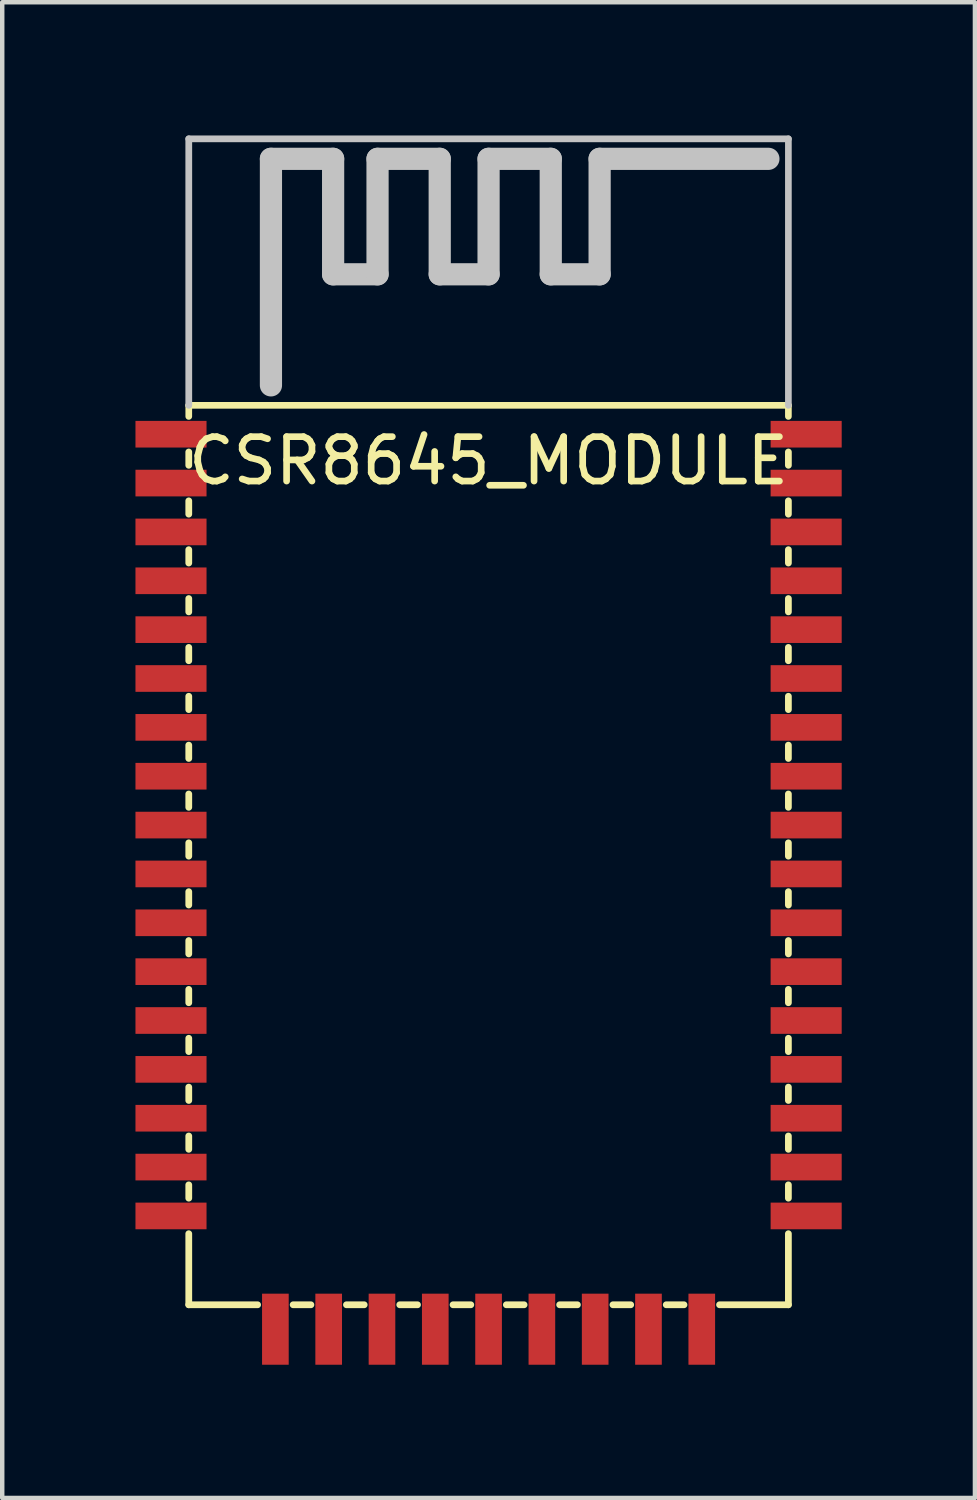
<source format=kicad_pcb>
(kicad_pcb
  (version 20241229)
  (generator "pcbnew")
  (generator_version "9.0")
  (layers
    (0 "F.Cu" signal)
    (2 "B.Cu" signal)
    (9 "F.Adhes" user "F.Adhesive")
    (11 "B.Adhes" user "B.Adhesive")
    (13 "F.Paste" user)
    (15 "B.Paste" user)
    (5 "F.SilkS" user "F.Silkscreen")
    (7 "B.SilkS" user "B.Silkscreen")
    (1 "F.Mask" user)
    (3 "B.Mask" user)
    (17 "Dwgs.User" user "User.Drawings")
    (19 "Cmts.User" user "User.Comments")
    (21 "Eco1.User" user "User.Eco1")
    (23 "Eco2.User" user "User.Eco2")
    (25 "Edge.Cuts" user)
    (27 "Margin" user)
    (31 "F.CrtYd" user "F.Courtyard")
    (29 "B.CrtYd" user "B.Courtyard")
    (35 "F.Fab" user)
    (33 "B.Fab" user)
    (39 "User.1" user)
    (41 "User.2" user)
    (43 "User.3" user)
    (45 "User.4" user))
  (footprint "CSR8645_MODULE"
    (layer "F.Cu")
    (at 7.95 26.326)
    (property "Reference" "CSR8645_MODULE" (at 0 -19 0) (layer "F.SilkS") (effects (font (size 1 1) (thickness 0.15))))
    (attr through_hole)
    (fp_line (start -6.75 -20.25) (end 6.75 -20.25) (stroke (width 0.15) (type solid)) (layer "F.SilkS"))
    (fp_line (start -6.75 -20) (end -6.75 -20.25) (stroke (width 0.15) (type solid)) (layer "F.SilkS"))
    (fp_line (start -6.75 -19.2) (end -6.75 -18.9) (stroke (width 0.152) (type solid)) (layer "F.SilkS"))
    (fp_line (start -6.75 -18.1) (end -6.75 -17.8) (stroke (width 0.152) (type solid)) (layer "F.SilkS"))
    (fp_line (start -6.75 -17) (end -6.75 -16.7) (stroke (width 0.152) (type solid)) (layer "F.SilkS"))
    (fp_line (start -6.75 -15.9) (end -6.75 -15.6) (stroke (width 0.152) (type solid)) (layer "F.SilkS"))
    (fp_line (start -6.75 -14.8) (end -6.75 -14.5) (stroke (width 0.152) (type solid)) (layer "F.SilkS"))
    (fp_line (start -6.75 -13.7) (end -6.75 -13.4) (stroke (width 0.152) (type solid)) (layer "F.SilkS"))
    (fp_line (start -6.75 -12.6) (end -6.75 -12.3) (stroke (width 0.152) (type solid)) (layer "F.SilkS"))
    (fp_line (start -6.75 -11.5) (end -6.75 -11.2) (stroke (width 0.152) (type solid)) (layer "F.SilkS"))
    (fp_line (start -6.75 -10.4) (end -6.75 -10.1) (stroke (width 0.152) (type solid)) (layer "F.SilkS"))
    (fp_line (start -6.75 -9.3) (end -6.75 -9) (stroke (width 0.152) (type solid)) (layer "F.SilkS"))
    (fp_line (start -6.75 -8.2) (end -6.75 -7.9) (stroke (width 0.152) (type solid)) (layer "F.SilkS"))
    (fp_line (start -6.75 -7.1) (end -6.75 -6.8) (stroke (width 0.152) (type solid)) (layer "F.SilkS"))
    (fp_line (start -6.75 -6) (end -6.75 -5.7) (stroke (width 0.152) (type solid)) (layer "F.SilkS"))
    (fp_line (start -6.75 -4.9) (end -6.75 -4.6) (stroke (width 0.152) (type solid)) (layer "F.SilkS"))
    (fp_line (start -6.75 -3.8) (end -6.75 -3.5) (stroke (width 0.152) (type solid)) (layer "F.SilkS"))
    (fp_line (start -6.75 -2.7) (end -6.75 -2.4) (stroke (width 0.152) (type solid)) (layer "F.SilkS"))
    (fp_line (start -6.75 -1.6) (end -6.75 0) (stroke (width 0.152) (type solid)) (layer "F.SilkS"))
    (fp_line (start -6.75 0) (end -5.2 0) (stroke (width 0.152) (type solid)) (layer "F.SilkS"))
    (fp_line (start -4.4 0) (end -4 0) (stroke (width 0.152) (type solid)) (layer "F.SilkS"))
    (fp_line (start -3.2 0) (end -2.8 0) (stroke (width 0.152) (type solid)) (layer "F.SilkS"))
    (fp_line (start -2 0) (end -1.6 0) (stroke (width 0.152) (type solid)) (layer "F.SilkS"))
    (fp_line (start -0.8 0) (end -0.4 0) (stroke (width 0.152) (type solid)) (layer "F.SilkS"))
    (fp_line (start 0.4 0) (end 0.8 0) (stroke (width 0.152) (type solid)) (layer "F.SilkS"))
    (fp_line (start 1.6 0) (end 2 0) (stroke (width 0.152) (type solid)) (layer "F.SilkS"))
    (fp_line (start 2.8 0) (end 3.2 0) (stroke (width 0.152) (type solid)) (layer "F.SilkS"))
    (fp_line (start 4 0) (end 4.4 0) (stroke (width 0.152) (type solid)) (layer "F.SilkS"))
    (fp_line (start 5.2 0) (end 6.75 0) (stroke (width 0.152) (type solid)) (layer "F.SilkS"))
    (fp_line (start 6.75 -20.25) (end 6.75 -20) (stroke (width 0.15) (type solid)) (layer "F.SilkS"))
    (fp_line (start 6.75 -19.2) (end 6.75 -18.9) (stroke (width 0.152) (type solid)) (layer "F.SilkS"))
    (fp_line (start 6.75 -18.1) (end 6.75 -17.8) (stroke (width 0.152) (type solid)) (layer "F.SilkS"))
    (fp_line (start 6.75 -17) (end 6.75 -16.7) (stroke (width 0.152) (type solid)) (layer "F.SilkS"))
    (fp_line (start 6.75 -15.9) (end 6.75 -15.6) (stroke (width 0.152) (type solid)) (layer "F.SilkS"))
    (fp_line (start 6.75 -14.8) (end 6.75 -14.5) (stroke (width 0.152) (type solid)) (layer "F.SilkS"))
    (fp_line (start 6.75 -13.7) (end 6.75 -13.4) (stroke (width 0.152) (type solid)) (layer "F.SilkS"))
    (fp_line (start 6.75 -12.6) (end 6.75 -12.3) (stroke (width 0.152) (type solid)) (layer "F.SilkS"))
    (fp_line (start 6.75 -11.5) (end 6.75 -11.2) (stroke (width 0.152) (type solid)) (layer "F.SilkS"))
    (fp_line (start 6.75 -10.4) (end 6.75 -10.1) (stroke (width 0.152) (type solid)) (layer "F.SilkS"))
    (fp_line (start 6.75 -9.3) (end 6.75 -9) (stroke (width 0.152) (type solid)) (layer "F.SilkS"))
    (fp_line (start 6.75 -8.2) (end 6.75 -7.9) (stroke (width 0.152) (type solid)) (layer "F.SilkS"))
    (fp_line (start 6.75 -7.1) (end 6.75 -6.8) (stroke (width 0.152) (type solid)) (layer "F.SilkS"))
    (fp_line (start 6.75 -6) (end 6.75 -5.7) (stroke (width 0.152) (type solid)) (layer "F.SilkS"))
    (fp_line (start 6.75 -4.9) (end 6.75 -4.6) (stroke (width 0.152) (type solid)) (layer "F.SilkS"))
    (fp_line (start 6.75 -3.8) (end 6.75 -3.5) (stroke (width 0.152) (type solid)) (layer "F.SilkS"))
    (fp_line (start 6.75 -2.7) (end 6.75 -2.4) (stroke (width 0.152) (type solid)) (layer "F.SilkS"))
    (fp_line (start 6.75 0) (end 6.75 -1.6) (stroke (width 0.152) (type solid)) (layer "F.SilkS"))
    (fp_line (start -6.75 -26.25) (end 6.75 -26.25) (stroke (width 0.152) (type solid)) (layer "Dwgs.User"))
    (fp_line (start -6.75 -20.25) (end -6.75 -26.25) (stroke (width 0.152) (type solid)) (layer "Dwgs.User"))
    (fp_line (start -4.9 -25.8) (end -3.5 -25.8) (stroke (width 0.5) (type solid)) (layer "Dwgs.User"))
    (fp_line (start -4.9 -20.7) (end -4.9 -25.8) (stroke (width 0.5) (type solid)) (layer "Dwgs.User"))
    (fp_line (start -3.5 -25.8) (end -3.5 -23.2) (stroke (width 0.5) (type solid)) (layer "Dwgs.User"))
    (fp_line (start -3.5 -23.2) (end -2.5 -23.2) (stroke (width 0.5) (type solid)) (layer "Dwgs.User"))
    (fp_line (start -2.5 -25.8) (end -1.1 -25.8) (stroke (width 0.5) (type solid)) (layer "Dwgs.User"))
    (fp_line (start -2.5 -23.2) (end -2.5 -25.8) (stroke (width 0.5) (type solid)) (layer "Dwgs.User"))
    (fp_line (start -1.1 -25.8) (end -1.1 -23.2) (stroke (width 0.5) (type solid)) (layer "Dwgs.User"))
    (fp_line (start -1.1 -23.2) (end 0 -23.2) (stroke (width 0.5) (type solid)) (layer "Dwgs.User"))
    (fp_line (start 0 -25.8) (end 1.4 -25.8) (stroke (width 0.5) (type solid)) (layer "Dwgs.User"))
    (fp_line (start 0 -23.2) (end 0 -25.8) (stroke (width 0.5) (type solid)) (layer "Dwgs.User"))
    (fp_line (start 1.4 -25.8) (end 1.4 -23.2) (stroke (width 0.5) (type solid)) (layer "Dwgs.User"))
    (fp_line (start 1.4 -23.2) (end 2.5 -23.2) (stroke (width 0.5) (type solid)) (layer "Dwgs.User"))
    (fp_line (start 2.5 -25.8) (end 6.3 -25.8) (stroke (width 0.5) (type solid)) (layer "Dwgs.User"))
    (fp_line (start 2.5 -23.2) (end 2.5 -25.8) (stroke (width 0.5) (type solid)) (layer "Dwgs.User"))
    (fp_line (start 6.75 -26.25) (end 6.75 -20.25) (stroke (width 0.15) (type solid)) (layer "Dwgs.User"))
    (pad "1" smd rect (at -7.15 -19.6) (size 1.6 0.6) (layers "F.Cu" "F.Mask" "F.Paste"))
    (pad "2" smd rect (at -7.15 -18.5) (size 1.6 0.6) (layers "F.Cu" "F.Mask" "F.Paste"))
    (pad "3" smd rect (at -7.15 -17.4) (size 1.6 0.6) (layers "F.Cu" "F.Mask" "F.Paste"))
    (pad "4" smd rect (at -7.15 -16.3) (size 1.6 0.6) (layers "F.Cu" "F.Mask" "F.Paste"))
    (pad "5" smd rect (at -7.15 -15.2) (size 1.6 0.6) (layers "F.Cu" "F.Mask" "F.Paste"))
    (pad "6" smd rect (at -7.15 -14.1) (size 1.6 0.6) (layers "F.Cu" "F.Mask" "F.Paste"))
    (pad "7" smd rect (at -7.15 -13) (size 1.6 0.6) (layers "F.Cu" "F.Mask" "F.Paste"))
    (pad "8" smd rect (at -7.15 -11.9) (size 1.6 0.6) (layers "F.Cu" "F.Mask" "F.Paste"))
    (pad "9" smd rect (at -7.15 -10.8) (size 1.6 0.6) (layers "F.Cu" "F.Mask" "F.Paste"))
    (pad "10" smd rect (at -7.15 -9.7) (size 1.6 0.6) (layers "F.Cu" "F.Mask" "F.Paste"))
    (pad "11" smd rect (at -7.15 -8.6) (size 1.6 0.6) (layers "F.Cu" "F.Mask" "F.Paste"))
    (pad "12" smd rect (at -7.15 -7.5) (size 1.6 0.6) (layers "F.Cu" "F.Mask" "F.Paste"))
    (pad "13" smd rect (at -7.15 -6.4) (size 1.6 0.6) (layers "F.Cu" "F.Mask" "F.Paste"))
    (pad "14" smd rect (at -7.15 -5.3) (size 1.6 0.6) (layers "F.Cu" "F.Mask" "F.Paste"))
    (pad "15" smd rect (at -7.15 -4.2) (size 1.6 0.6) (layers "F.Cu" "F.Mask" "F.Paste"))
    (pad "16" smd rect (at -7.15 -3.1) (size 1.6 0.6) (layers "F.Cu" "F.Mask" "F.Paste"))
    (pad "17" smd rect (at -7.15 -2) (size 1.6 0.6) (layers "F.Cu" "F.Mask" "F.Paste"))
    (pad "18" smd rect (at -4.8 0.55 90) (size 1.6 0.6) (layers "F.Cu" "F.Mask" "F.Paste"))
    (pad "19" smd rect (at -3.6 0.55 90) (size 1.6 0.6) (layers "F.Cu" "F.Mask" "F.Paste"))
    (pad "20" smd rect (at -2.4 0.55 90) (size 1.6 0.6) (layers "F.Cu" "F.Mask" "F.Paste"))
    (pad "21" smd rect (at -1.2 0.55 90) (size 1.6 0.6) (layers "F.Cu" "F.Mask" "F.Paste"))
    (pad "22" smd rect (at 0 0.55 90) (size 1.6 0.6) (layers "F.Cu" "F.Mask" "F.Paste"))
    (pad "23" smd rect (at 1.2 0.55 90) (size 1.6 0.6) (layers "F.Cu" "F.Mask" "F.Paste"))
    (pad "24" smd rect (at 2.4 0.55 90) (size 1.6 0.6) (layers "F.Cu" "F.Mask" "F.Paste"))
    (pad "25" smd rect (at 3.6 0.55 90) (size 1.6 0.6) (layers "F.Cu" "F.Mask" "F.Paste"))
    (pad "26" smd rect (at 4.8 0.55 90) (size 1.6 0.6) (layers "F.Cu" "F.Mask" "F.Paste"))
    (pad "27" smd rect (at 7.15 -2) (size 1.6 0.6) (layers "F.Cu" "F.Mask" "F.Paste"))
    (pad "28" smd rect (at 7.15 -3.1) (size 1.6 0.6) (layers "F.Cu" "F.Mask" "F.Paste"))
    (pad "29" smd rect (at 7.15 -4.2) (size 1.6 0.6) (layers "F.Cu" "F.Mask" "F.Paste"))
    (pad "30" smd rect (at 7.15 -5.3) (size 1.6 0.6) (layers "F.Cu" "F.Mask" "F.Paste"))
    (pad "31" smd rect (at 7.15 -6.4) (size 1.6 0.6) (layers "F.Cu" "F.Mask" "F.Paste"))
    (pad "32" smd rect (at 7.15 -7.5) (size 1.6 0.6) (layers "F.Cu" "F.Mask" "F.Paste"))
    (pad "33" smd rect (at 7.15 -8.6) (size 1.6 0.6) (layers "F.Cu" "F.Mask" "F.Paste"))
    (pad "34" smd rect (at 7.15 -9.7) (size 1.6 0.6) (layers "F.Cu" "F.Mask" "F.Paste"))
    (pad "35" smd rect (at 7.15 -10.8) (size 1.6 0.6) (layers "F.Cu" "F.Mask" "F.Paste"))
    (pad "36" smd rect (at 7.15 -11.9) (size 1.6 0.6) (layers "F.Cu" "F.Mask" "F.Paste"))
    (pad "37" smd rect (at 7.15 -13) (size 1.6 0.6) (layers "F.Cu" "F.Mask" "F.Paste"))
    (pad "38" smd rect (at 7.15 -14.1) (size 1.6 0.6) (layers "F.Cu" "F.Mask" "F.Paste"))
    (pad "39" smd rect (at 7.15 -15.2) (size 1.6 0.6) (layers "F.Cu" "F.Mask" "F.Paste"))
    (pad "40" smd rect (at 7.15 -16.3) (size 1.6 0.6) (layers "F.Cu" "F.Mask" "F.Paste"))
    (pad "41" smd rect (at 7.15 -17.4) (size 1.6 0.6) (layers "F.Cu" "F.Mask" "F.Paste"))
    (pad "42" smd rect (at 7.15 -18.5) (size 1.6 0.6) (layers "F.Cu" "F.Mask" "F.Paste"))
    (pad "43" smd rect (at 7.15 -19.6) (size 1.6 0.6) (layers "F.Cu" "F.Mask" "F.Paste")))
  (gr_rect
    (start -3 -3)
    (end 18.9 30.676)
    (stroke (width 0.1) (type default))
    (fill no)
    (layer "Edge.Cuts")))
</source>
